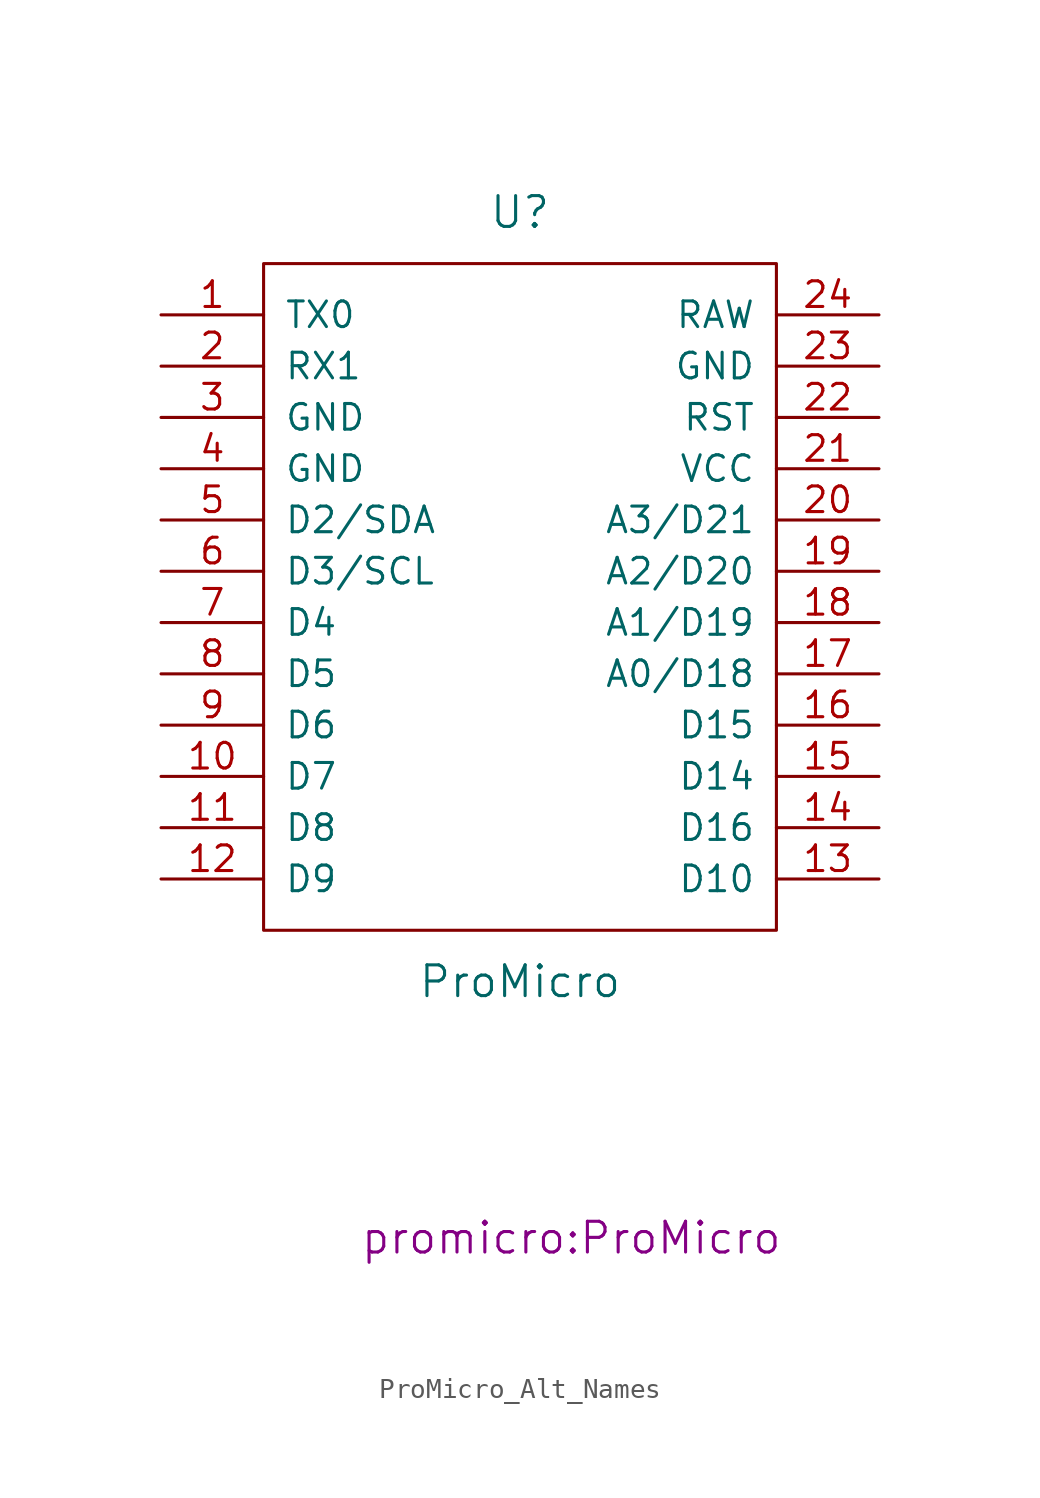
<source format=kicad_sym>
(kicad_symbol_lib
  (version 20220914)
  (generator kicad_symbol_editor)
  (symbol "ProMicro_Alt_Names"
    (pin_names
      (offset 1.016))
    (property "Reference" "U"
      (at 0 24.13 0)
      (effects (font (size 1.524 1.524))))
    (property "Value" "ProMicro"
      (at 0 -13.97 0)
      (effects (font (size 1.524 1.524))))
    (property "Footprint" "promicro:ProMicro"
      (at 2.54 -26.67 0)
      (effects (font (size 1.524 1.524))))
    (property "Datasheet" ""
      (at 2.54 -26.67 0)
      (effects (font (size 1.524 1.524))))
    (symbol "ProMicro_Alt_Names_0_1"
      (rectangle (start -12.7 21.59) (end 12.7 -11.43) (stroke (width 0) (type solid)) (fill (type none))))
    (symbol "ProMicro_Alt_Names_1_1"
      (pin bidirectional line (at -17.78 19.05 0) (length 5.08) (name "TX0" (effects (font (size 1.27 1.27)))) (number "1" (effects (font (size 1.27 1.27)))))
      (pin bidirectional line (at -17.78 -3.81 0) (length 5.08) (name "D7" (effects (font (size 1.27 1.27)))) (number "10" (effects (font (size 1.27 1.27)))))
      (pin bidirectional line (at -17.78 -6.35 0) (length 5.08) (name "D8" (effects (font (size 1.27 1.27)))) (number "11" (effects (font (size 1.27 1.27)))))
      (pin bidirectional line (at -17.78 -8.89 0) (length 5.08) (name "D9" (effects (font (size 1.27 1.27)))) (number "12" (effects (font (size 1.27 1.27)))))
      (pin bidirectional line (at 17.78 -8.89 180) (length 5.08) (name "D10" (effects (font (size 1.27 1.27)))) (number "13" (effects (font (size 1.27 1.27)))))
      (pin bidirectional line (at 17.78 -6.35 180) (length 5.08) (name "D16" (effects (font (size 1.27 1.27)))) (number "14" (effects (font (size 1.27 1.27)))))
      (pin bidirectional line (at 17.78 -3.81 180) (length 5.08) (name "D14" (effects (font (size 1.27 1.27)))) (number "15" (effects (font (size 1.27 1.27)))))
      (pin bidirectional line (at 17.78 -1.27 180) (length 5.08) (name "D15" (effects (font (size 1.27 1.27)))) (number "16" (effects (font (size 1.27 1.27)))))
      (pin bidirectional line (at 17.78 1.27 180) (length 5.08) (name "A0/D18" (effects (font (size 1.27 1.27)))) (number "17" (effects (font (size 1.27 1.27)))))
      (pin bidirectional line (at 17.78 3.81 180) (length 5.08) (name "A1/D19" (effects (font (size 1.27 1.27)))) (number "18" (effects (font (size 1.27 1.27)))))
      (pin bidirectional line (at 17.78 6.35 180) (length 5.08) (name "A2/D20" (effects (font (size 1.27 1.27)))) (number "19" (effects (font (size 1.27 1.27)))))
      (pin bidirectional line (at -17.78 16.51 0) (length 5.08) (name "RX1" (effects (font (size 1.27 1.27)))) (number "2" (effects (font (size 1.27 1.27)))))
      (pin bidirectional line (at 17.78 8.89 180) (length 5.08) (name "A3/D21" (effects (font (size 1.27 1.27)))) (number "20" (effects (font (size 1.27 1.27)))))
      (pin power_in line (at 17.78 11.43 180) (length 5.08) (name "VCC" (effects (font (size 1.27 1.27)))) (number "21" (effects (font (size 1.27 1.27)))))
      (pin input line (at 17.78 13.97 180) (length 5.08) (name "RST" (effects (font (size 1.27 1.27)))) (number "22" (effects (font (size 1.27 1.27)))))
      (pin power_in line (at 17.78 16.51 180) (length 5.08) (name "GND" (effects (font (size 1.27 1.27)))) (number "23" (effects (font (size 1.27 1.27)))))
      (pin power_out line (at 17.78 19.05 180) (length 5.08) (name "RAW" (effects (font (size 1.27 1.27)))) (number "24" (effects (font (size 1.27 1.27)))))
      (pin power_in line (at -17.78 13.97 0) (length 5.08) (name "GND" (effects (font (size 1.27 1.27)))) (number "3" (effects (font (size 1.27 1.27)))))
      (pin power_in line (at -17.78 11.43 0) (length 5.08) (name "GND" (effects (font (size 1.27 1.27)))) (number "4" (effects (font (size 1.27 1.27)))))
      (pin bidirectional line (at -17.78 8.89 0) (length 5.08) (name "D2/SDA" (effects (font (size 1.27 1.27)))) (number "5" (effects (font (size 1.27 1.27)))))
      (pin bidirectional line (at -17.78 6.35 0) (length 5.08) (name "D3/SCL" (effects (font (size 1.27 1.27)))) (number "6" (effects (font (size 1.27 1.27)))))
      (pin bidirectional line (at -17.78 3.81 0) (length 5.08) (name "D4" (effects (font (size 1.27 1.27)))) (number "7" (effects (font (size 1.27 1.27)))))
      (pin bidirectional line (at -17.78 1.27 0) (length 5.08) (name "D5" (effects (font (size 1.27 1.27)))) (number "8" (effects (font (size 1.27 1.27)))))
      (pin bidirectional line (at -17.78 -1.27 0) (length 5.08) (name "D6" (effects (font (size 1.27 1.27)))) (number "9" (effects (font (size 1.27 1.27))))))))
</source>
